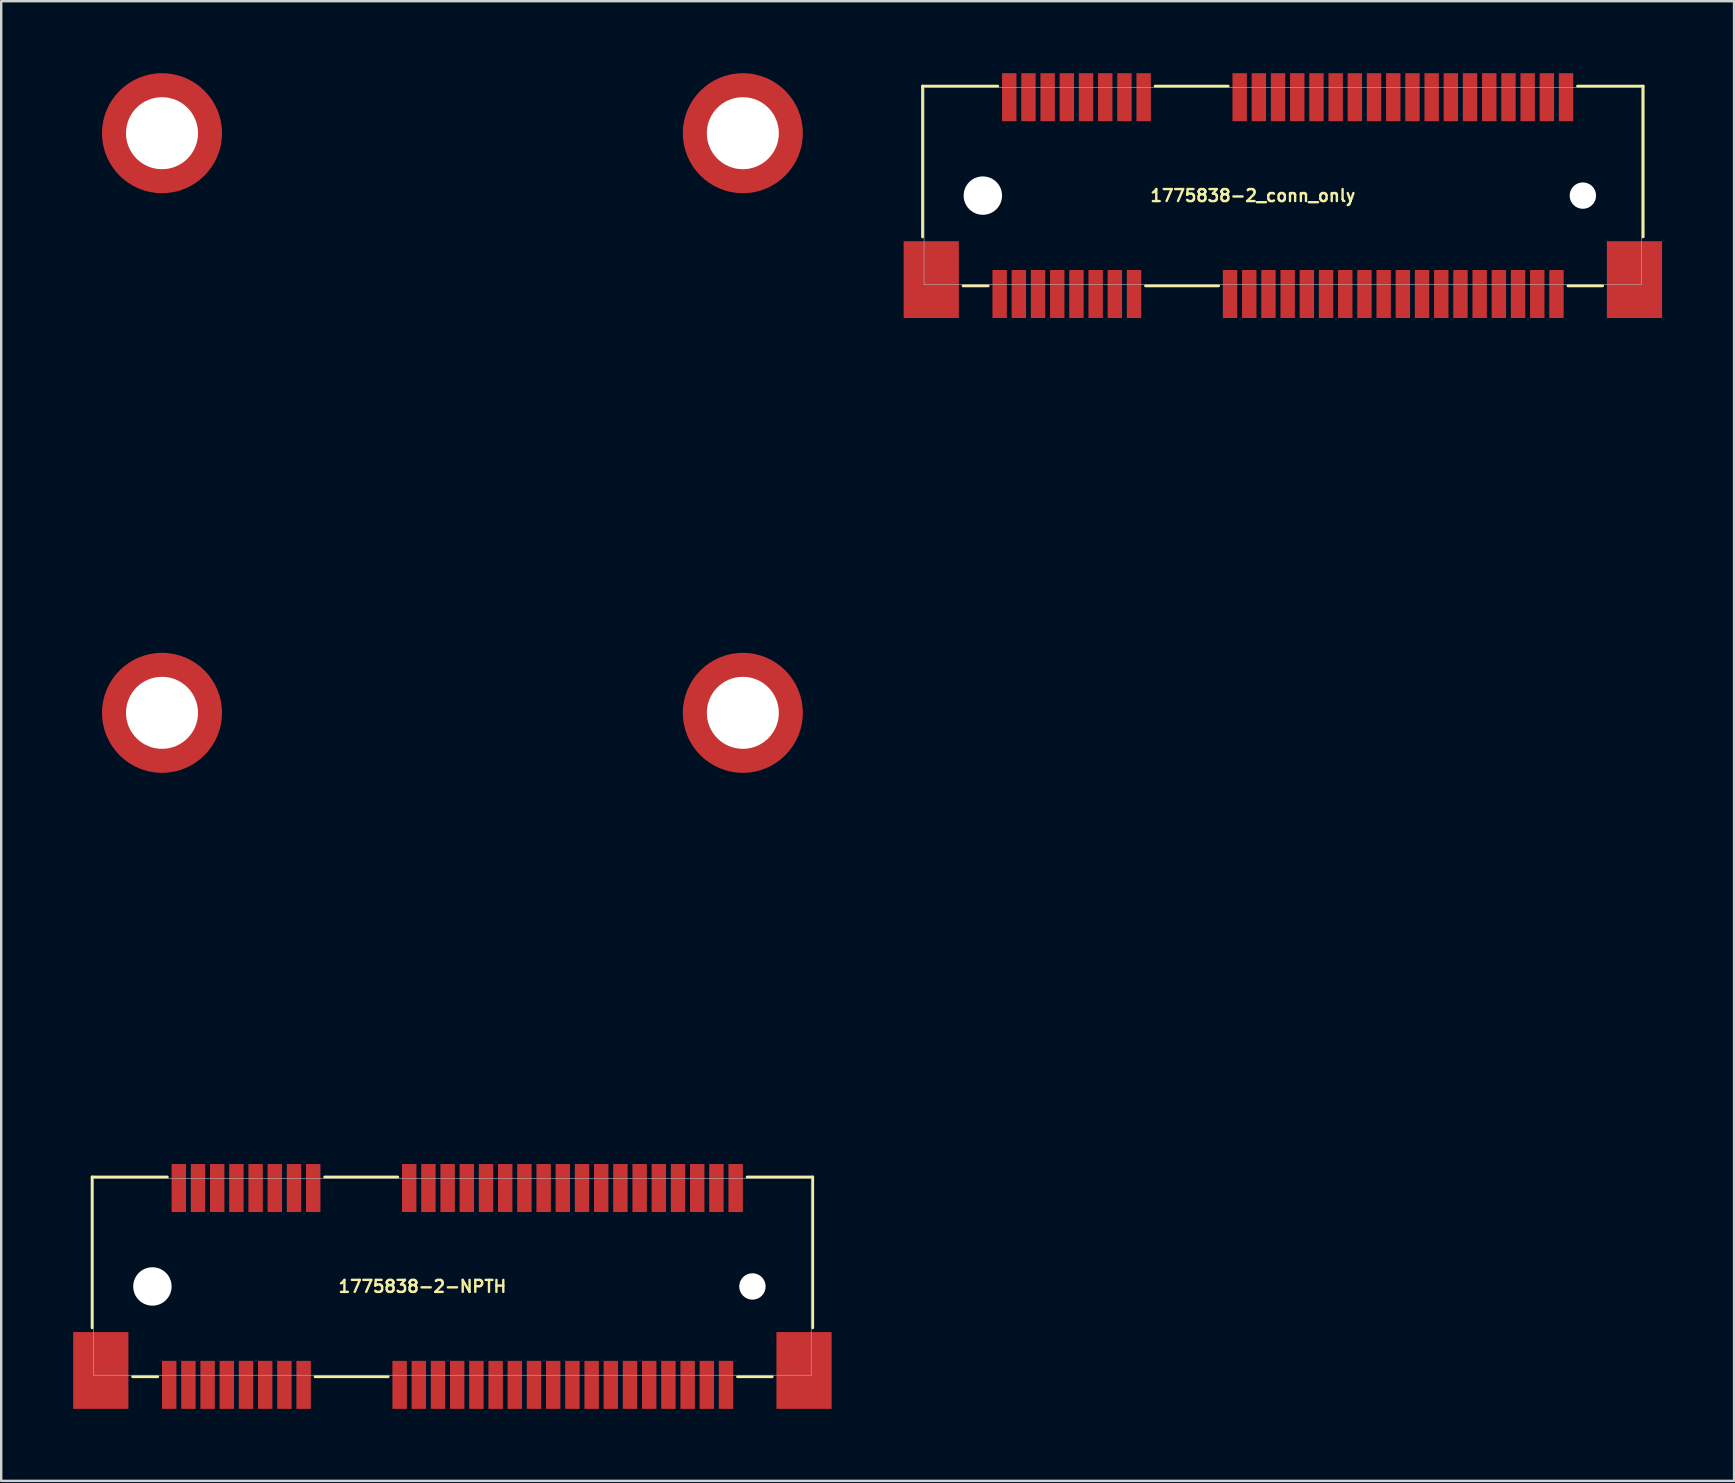
<source format=kicad_pcb>
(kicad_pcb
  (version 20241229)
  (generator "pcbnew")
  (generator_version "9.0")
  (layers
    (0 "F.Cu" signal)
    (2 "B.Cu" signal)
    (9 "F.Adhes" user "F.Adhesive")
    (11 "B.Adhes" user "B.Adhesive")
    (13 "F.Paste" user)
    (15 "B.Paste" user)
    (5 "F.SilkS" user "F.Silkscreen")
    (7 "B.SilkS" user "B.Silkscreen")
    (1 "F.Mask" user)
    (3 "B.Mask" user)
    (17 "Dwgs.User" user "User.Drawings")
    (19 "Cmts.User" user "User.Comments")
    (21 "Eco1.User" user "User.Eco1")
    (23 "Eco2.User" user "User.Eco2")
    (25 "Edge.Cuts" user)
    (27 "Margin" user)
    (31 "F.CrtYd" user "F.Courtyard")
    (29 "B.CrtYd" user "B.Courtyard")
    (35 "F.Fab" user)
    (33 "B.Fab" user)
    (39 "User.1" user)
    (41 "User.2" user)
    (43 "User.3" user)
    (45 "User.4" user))
  (footprint "1775838-2_conn_only"
    (layer "F.Cu")
    (at 50.4 5.1)
    (property "Reference" "1775838-2_conn_only" (at -1.25 0 180) (layer "F.SilkS") (effects (font (size 0.5 0.5) (thickness 0.1))))
    (attr through_hole)
    (fp_line (start -15.01 -4.56) (end -15.01 1.72) (stroke (width 0.12) (type solid)) (layer "F.SilkS"))
    (fp_line (start -13.32 3.76) (end -12.28 3.76) (stroke (width 0.12) (type solid)) (layer "F.SilkS"))
    (fp_line (start -11.88 -4.56) (end -15.01 -4.56) (stroke (width 0.12) (type solid)) (layer "F.SilkS"))
    (fp_line (start -5.32 -4.56) (end -2.28 -4.56) (stroke (width 0.12) (type solid)) (layer "F.SilkS"))
    (fp_line (start -2.68 3.76) (end -5.72 3.76) (stroke (width 0.12) (type solid)) (layer "F.SilkS"))
    (fp_line (start 12.28 -4.56) (end 15.01 -4.56) (stroke (width 0.12) (type solid)) (layer "F.SilkS"))
    (fp_line (start 13.32 3.76) (end 11.88 3.76) (stroke (width 0.12) (type solid)) (layer "F.SilkS"))
    (fp_line (start 15.01 -4.56) (end 15.01 1.72) (stroke (width 0.12) (type solid)) (layer "F.SilkS"))
    (fp_line (start -14.95 -4.5) (end 14.95 -4.5) (stroke (width 0.025) (type solid)) (layer "F.Fab"))
    (fp_line (start -14.95 3.7) (end -14.95 -4.5) (stroke (width 0.025) (type solid)) (layer "F.Fab"))
    (fp_line (start -14.95 3.7) (end 14.95 3.7) (stroke (width 0.025) (type solid)) (layer "F.Fab"))
    (fp_line (start 14.95 3.7) (end 14.95 -4.5) (stroke (width 0.025) (type solid)) (layer "F.Fab"))
    (pad "" np_thru_hole circle (at -12.5 0) (size 1.6 1.6) (drill 1.6) (layers "*.Cu" "*.Mask"))
    (pad "" np_thru_hole circle (at 12.5 0) (size 1.1 1.1) (drill 1.1) (layers "*.Cu" "*.Mask"))
    (pad "1" smd rect (at -11.8 4.1) (size 0.6 2) (layers "F.Cu" "F.Mask" "F.Paste"))
    (pad "2" smd rect (at -11.4 -4.1) (size 0.6 2) (layers "F.Cu" "F.Mask" "F.Paste"))
    (pad "3" smd rect (at -11 4.1) (size 0.6 2) (layers "F.Cu" "F.Mask" "F.Paste"))
    (pad "4" smd rect (at -10.6 -4.1) (size 0.6 2) (layers "F.Cu" "F.Mask" "F.Paste"))
    (pad "5" smd rect (at -10.2 4.1) (size 0.6 2) (layers "F.Cu" "F.Mask" "F.Paste"))
    (pad "6" smd rect (at -9.8 -4.1) (size 0.6 2) (layers "F.Cu" "F.Mask" "F.Paste"))
    (pad "7" smd rect (at -9.4 4.1) (size 0.6 2) (layers "F.Cu" "F.Mask" "F.Paste"))
    (pad "8" smd rect (at -9 -4.1) (size 0.6 2) (layers "F.Cu" "F.Mask" "F.Paste"))
    (pad "9" smd rect (at -8.6 4.1) (size 0.6 2) (layers "F.Cu" "F.Mask" "F.Paste"))
    (pad "10" smd rect (at -8.2 -4.1) (size 0.6 2) (layers "F.Cu" "F.Mask" "F.Paste"))
    (pad "11" smd rect (at -7.8 4.1) (size 0.6 2) (layers "F.Cu" "F.Mask" "F.Paste"))
    (pad "12" smd rect (at -7.4 -4.1) (size 0.6 2) (layers "F.Cu" "F.Mask" "F.Paste"))
    (pad "13" smd rect (at -7 4.1) (size 0.6 2) (layers "F.Cu" "F.Mask" "F.Paste"))
    (pad "14" smd rect (at -6.6 -4.1) (size 0.6 2) (layers "F.Cu" "F.Mask" "F.Paste"))
    (pad "15" smd rect (at -6.2 4.1) (size 0.6 2) (layers "F.Cu" "F.Mask" "F.Paste"))
    (pad "16" smd rect (at -5.8 -4.1) (size 0.6 2) (layers "F.Cu" "F.Mask" "F.Paste"))
    (pad "17" smd rect (at -2.2 4.1) (size 0.6 2) (layers "F.Cu" "F.Mask" "F.Paste"))
    (pad "18" smd rect (at -1.8 -4.1) (size 0.6 2) (layers "F.Cu" "F.Mask" "F.Paste"))
    (pad "19" smd rect (at -1.4 4.1) (size 0.6 2) (layers "F.Cu" "F.Mask" "F.Paste"))
    (pad "20" smd rect (at -1 -4.1) (size 0.6 2) (layers "F.Cu" "F.Mask" "F.Paste"))
    (pad "21" smd rect (at -0.6 4.1) (size 0.6 2) (layers "F.Cu" "F.Mask" "F.Paste"))
    (pad "22" smd rect (at -0.2 -4.1) (size 0.6 2) (layers "F.Cu" "F.Mask" "F.Paste"))
    (pad "23" smd rect (at 0.2 4.1) (size 0.6 2) (layers "F.Cu" "F.Mask" "F.Paste"))
    (pad "24" smd rect (at 0.6 -4.1) (size 0.6 2) (layers "F.Cu" "F.Mask" "F.Paste"))
    (pad "25" smd rect (at 1 4.1) (size 0.6 2) (layers "F.Cu" "F.Mask" "F.Paste"))
    (pad "26" smd rect (at 1.4 -4.1) (size 0.6 2) (layers "F.Cu" "F.Mask" "F.Paste"))
    (pad "27" smd rect (at 1.8 4.1) (size 0.6 2) (layers "F.Cu" "F.Mask" "F.Paste"))
    (pad "28" smd rect (at 2.2 -4.1) (size 0.6 2) (layers "F.Cu" "F.Mask" "F.Paste"))
    (pad "29" smd rect (at 2.6 4.1) (size 0.6 2) (layers "F.Cu" "F.Mask" "F.Paste"))
    (pad "30" smd rect (at 3 -4.1) (size 0.6 2) (layers "F.Cu" "F.Mask" "F.Paste"))
    (pad "31" smd rect (at 3.4 4.1) (size 0.6 2) (layers "F.Cu" "F.Mask" "F.Paste"))
    (pad "32" smd rect (at 3.8 -4.1) (size 0.6 2) (layers "F.Cu" "F.Mask" "F.Paste"))
    (pad "33" smd rect (at 4.2 4.1) (size 0.6 2) (layers "F.Cu" "F.Mask" "F.Paste"))
    (pad "34" smd rect (at 4.6 -4.1) (size 0.6 2) (layers "F.Cu" "F.Mask" "F.Paste"))
    (pad "35" smd rect (at 5 4.1) (size 0.6 2) (layers "F.Cu" "F.Mask" "F.Paste"))
    (pad "36" smd rect (at 5.4 -4.1) (size 0.6 2) (layers "F.Cu" "F.Mask" "F.Paste"))
    (pad "37" smd rect (at 5.8 4.1) (size 0.6 2) (layers "F.Cu" "F.Mask" "F.Paste"))
    (pad "38" smd rect (at 6.2 -4.1) (size 0.6 2) (layers "F.Cu" "F.Mask" "F.Paste"))
    (pad "39" smd rect (at 6.6 4.1) (size 0.6 2) (layers "F.Cu" "F.Mask" "F.Paste"))
    (pad "40" smd rect (at 7 -4.1) (size 0.6 2) (layers "F.Cu" "F.Mask" "F.Paste"))
    (pad "41" smd rect (at 7.4 4.1) (size 0.6 2) (layers "F.Cu" "F.Mask" "F.Paste"))
    (pad "42" smd rect (at 7.8 -4.1) (size 0.6 2) (layers "F.Cu" "F.Mask" "F.Paste"))
    (pad "43" smd rect (at 8.2 4.1) (size 0.6 2) (layers "F.Cu" "F.Mask" "F.Paste"))
    (pad "44" smd rect (at 8.6 -4.1) (size 0.6 2) (layers "F.Cu" "F.Mask" "F.Paste"))
    (pad "45" smd rect (at 9 4.1) (size 0.6 2) (layers "F.Cu" "F.Mask" "F.Paste"))
    (pad "46" smd rect (at 9.4 -4.1) (size 0.6 2) (layers "F.Cu" "F.Mask" "F.Paste"))
    (pad "47" smd rect (at 9.8 4.1) (size 0.6 2) (layers "F.Cu" "F.Mask" "F.Paste"))
    (pad "48" smd rect (at 10.2 -4.1) (size 0.6 2) (layers "F.Cu" "F.Mask" "F.Paste"))
    (pad "49" smd rect (at 10.6 4.1) (size 0.6 2) (layers "F.Cu" "F.Mask" "F.Paste"))
    (pad "50" smd rect (at 11 -4.1) (size 0.6 2) (layers "F.Cu" "F.Mask" "F.Paste"))
    (pad "51" smd rect (at 11.4 4.1) (size 0.6 2) (layers "F.Cu" "F.Mask" "F.Paste"))
    (pad "52" smd rect (at 11.8 -4.1) (size 0.6 2) (layers "F.Cu" "F.Mask" "F.Paste"))
    (pad "FR" smd rect (at -14.65 3.5) (size 2.3 3.2) (layers "F.Cu" "F.Mask" "F.Paste"))
    (pad "FR" smd rect (at 14.65 3.5) (size 2.3 3.2) (layers "F.Cu" "F.Mask" "F.Paste")))
  (footprint "1775838-2-NPTH"
    (layer "F.Cu")
    (at 15.8 50.55)
    (property "Reference" "1775838-2-NPTH" (at -1.25 0 180) (layer "F.SilkS") (effects (font (size 0.5 0.5) (thickness 0.1))))
    (attr through_hole)
    (fp_line (start -15.01 -4.56) (end -15.01 1.72) (stroke (width 0.12) (type solid)) (layer "F.SilkS"))
    (fp_line (start -13.32 3.76) (end -12.28 3.76) (stroke (width 0.12) (type solid)) (layer "F.SilkS"))
    (fp_line (start -11.88 -4.56) (end -15.01 -4.56) (stroke (width 0.12) (type solid)) (layer "F.SilkS"))
    (fp_line (start -5.32 -4.56) (end -2.28 -4.56) (stroke (width 0.12) (type solid)) (layer "F.SilkS"))
    (fp_line (start -2.68 3.76) (end -5.72 3.76) (stroke (width 0.12) (type solid)) (layer "F.SilkS"))
    (fp_line (start 12.28 -4.56) (end 15.01 -4.56) (stroke (width 0.12) (type solid)) (layer "F.SilkS"))
    (fp_line (start 13.32 3.76) (end 11.88 3.76) (stroke (width 0.12) (type solid)) (layer "F.SilkS"))
    (fp_line (start 15.01 -4.56) (end 15.01 1.72) (stroke (width 0.12) (type solid)) (layer "F.SilkS"))
    (fp_arc (start -14.1 -23.9) (mid -13.947759 -24.665367) (end -13.514214 -25.314214) (stroke (width 1) (type solid)) (layer "F.Paste"))
    (fp_arc (start -14.099014 -48.044712) (mid -13.946773 -48.810079) (end -13.513228 -49.458926) (stroke (width 1) (type solid)) (layer "F.Paste"))
    (fp_arc (start -12.1 -25.9) (mid -11.334633 -25.747759) (end -10.685786 -25.314214) (stroke (width 1) (type solid)) (layer "F.Paste"))
    (fp_arc (start -12.1 -21.9) (mid -12.865367 -22.052241) (end -13.514214 -22.485786) (stroke (width 1) (type solid)) (layer "F.Paste"))
    (fp_arc (start -12.099014 -50.044712) (mid -11.333647 -49.892471) (end -10.6848 -49.458926) (stroke (width 1) (type solid)) (layer "F.Paste"))
    (fp_arc (start -12.099014 -46.044712) (mid -12.864381 -46.196953) (end -13.513228 -46.630498) (stroke (width 1) (type solid)) (layer "F.Paste"))
    (fp_arc (start -10.1 -23.9) (mid -10.252241 -23.134633) (end -10.685786 -22.485786) (stroke (width 1) (type solid)) (layer "F.Paste"))
    (fp_arc (start -10.099014 -48.044712) (mid -10.251255 -47.279345) (end -10.6848 -46.630498) (stroke (width 1) (type solid)) (layer "F.Paste"))
    (fp_arc (start 10.1 -23.9) (mid 10.252241 -24.665367) (end 10.685786 -25.314214) (stroke (width 1) (type solid)) (layer "F.Paste"))
    (fp_arc (start 10.1018 -48.045302) (mid 10.254041 -48.810669) (end 10.687586 -49.459516) (stroke (width 1) (type solid)) (layer "F.Paste"))
    (fp_arc (start 12.1 -25.9) (mid 12.865367 -25.747759) (end 13.514214 -25.314214) (stroke (width 1) (type solid)) (layer "F.Paste"))
    (fp_arc (start 12.1 -21.9) (mid 11.334633 -22.052241) (end 10.685786 -22.485786) (stroke (width 1) (type solid)) (layer "F.Paste"))
    (fp_arc (start 12.1018 -50.045302) (mid 12.867167 -49.893061) (end 13.516014 -49.459516) (stroke (width 1) (type solid)) (layer "F.Paste"))
    (fp_arc (start 12.1018 -46.045302) (mid 11.336433 -46.197543) (end 10.687586 -46.631088) (stroke (width 1) (type solid)) (layer "F.Paste"))
    (fp_arc (start 14.1 -23.9) (mid 13.947759 -23.134633) (end 13.514214 -22.485786) (stroke (width 1) (type solid)) (layer "F.Paste"))
    (fp_arc (start 14.1018 -48.045302) (mid 13.949559 -47.279935) (end 13.516014 -46.631088) (stroke (width 1) (type solid)) (layer "F.Paste"))
    (fp_line (start -14.95 -4.5) (end 14.95 -4.5) (stroke (width 0.025) (type solid)) (layer "F.Fab"))
    (fp_line (start -14.95 3.7) (end -14.95 -4.5) (stroke (width 0.025) (type solid)) (layer "F.Fab"))
    (fp_line (start -14.95 3.7) (end 14.95 3.7) (stroke (width 0.025) (type solid)) (layer "F.Fab"))
    (fp_line (start 14.95 3.7) (end 14.95 -4.5) (stroke (width 0.025) (type solid)) (layer "F.Fab"))
    (pad "" np_thru_hole circle (at -12.5 0) (size 1.6 1.6) (drill 1.6) (layers "*.Cu" "*.Mask"))
    (pad "" np_thru_hole circle (at -12.1 -48.05) (size 5 5) (drill 3) (layers "F.Cu" "F.Mask"))
    (pad "" np_thru_hole circle (at -12.1 -23.9) (size 5 5) (drill 3) (layers "F.Cu" "F.Mask"))
    (pad "" np_thru_hole circle (at 12.1 -48.05) (size 5 5) (drill 3) (layers "F.Cu" "F.Mask"))
    (pad "" np_thru_hole circle (at 12.1 -23.9) (size 5 5) (drill 3) (layers "F.Cu" "F.Mask"))
    (pad "" np_thru_hole circle (at 12.5 0) (size 1.1 1.1) (drill 1.1) (layers "*.Cu" "*.Mask"))
    (pad "1" smd rect (at -11.8 4.1) (size 0.6 2) (layers "F.Cu" "F.Mask" "F.Paste"))
    (pad "2" smd rect (at -11.4 -4.1) (size 0.6 2) (layers "F.Cu" "F.Mask" "F.Paste"))
    (pad "3" smd rect (at -11 4.1) (size 0.6 2) (layers "F.Cu" "F.Mask" "F.Paste"))
    (pad "4" smd rect (at -10.6 -4.1) (size 0.6 2) (layers "F.Cu" "F.Mask" "F.Paste"))
    (pad "5" smd rect (at -10.2 4.1) (size 0.6 2) (layers "F.Cu" "F.Mask" "F.Paste"))
    (pad "6" smd rect (at -9.8 -4.1) (size 0.6 2) (layers "F.Cu" "F.Mask" "F.Paste"))
    (pad "7" smd rect (at -9.4 4.1) (size 0.6 2) (layers "F.Cu" "F.Mask" "F.Paste"))
    (pad "8" smd rect (at -9 -4.1) (size 0.6 2) (layers "F.Cu" "F.Mask" "F.Paste"))
    (pad "9" smd rect (at -8.6 4.1) (size 0.6 2) (layers "F.Cu" "F.Mask" "F.Paste"))
    (pad "10" smd rect (at -8.2 -4.1) (size 0.6 2) (layers "F.Cu" "F.Mask" "F.Paste"))
    (pad "11" smd rect (at -7.8 4.1) (size 0.6 2) (layers "F.Cu" "F.Mask" "F.Paste"))
    (pad "12" smd rect (at -7.4 -4.1) (size 0.6 2) (layers "F.Cu" "F.Mask" "F.Paste"))
    (pad "13" smd rect (at -7 4.1) (size 0.6 2) (layers "F.Cu" "F.Mask" "F.Paste"))
    (pad "14" smd rect (at -6.6 -4.1) (size 0.6 2) (layers "F.Cu" "F.Mask" "F.Paste"))
    (pad "15" smd rect (at -6.2 4.1) (size 0.6 2) (layers "F.Cu" "F.Mask" "F.Paste"))
    (pad "16" smd rect (at -5.8 -4.1) (size 0.6 2) (layers "F.Cu" "F.Mask" "F.Paste"))
    (pad "17" smd rect (at -2.2 4.1) (size 0.6 2) (layers "F.Cu" "F.Mask" "F.Paste"))
    (pad "18" smd rect (at -1.8 -4.1) (size 0.6 2) (layers "F.Cu" "F.Mask" "F.Paste"))
    (pad "19" smd rect (at -1.4 4.1) (size 0.6 2) (layers "F.Cu" "F.Mask" "F.Paste"))
    (pad "20" smd rect (at -1 -4.1) (size 0.6 2) (layers "F.Cu" "F.Mask" "F.Paste"))
    (pad "21" smd rect (at -0.6 4.1) (size 0.6 2) (layers "F.Cu" "F.Mask" "F.Paste"))
    (pad "22" smd rect (at -0.2 -4.1) (size 0.6 2) (layers "F.Cu" "F.Mask" "F.Paste"))
    (pad "23" smd rect (at 0.2 4.1) (size 0.6 2) (layers "F.Cu" "F.Mask" "F.Paste"))
    (pad "24" smd rect (at 0.6 -4.1) (size 0.6 2) (layers "F.Cu" "F.Mask" "F.Paste"))
    (pad "25" smd rect (at 1 4.1) (size 0.6 2) (layers "F.Cu" "F.Mask" "F.Paste"))
    (pad "26" smd rect (at 1.4 -4.1) (size 0.6 2) (layers "F.Cu" "F.Mask" "F.Paste"))
    (pad "27" smd rect (at 1.8 4.1) (size 0.6 2) (layers "F.Cu" "F.Mask" "F.Paste"))
    (pad "28" smd rect (at 2.2 -4.1) (size 0.6 2) (layers "F.Cu" "F.Mask" "F.Paste"))
    (pad "29" smd rect (at 2.6 4.1) (size 0.6 2) (layers "F.Cu" "F.Mask" "F.Paste"))
    (pad "30" smd rect (at 3 -4.1) (size 0.6 2) (layers "F.Cu" "F.Mask" "F.Paste"))
    (pad "31" smd rect (at 3.4 4.1) (size 0.6 2) (layers "F.Cu" "F.Mask" "F.Paste"))
    (pad "32" smd rect (at 3.8 -4.1) (size 0.6 2) (layers "F.Cu" "F.Mask" "F.Paste"))
    (pad "33" smd rect (at 4.2 4.1) (size 0.6 2) (layers "F.Cu" "F.Mask" "F.Paste"))
    (pad "34" smd rect (at 4.6 -4.1) (size 0.6 2) (layers "F.Cu" "F.Mask" "F.Paste"))
    (pad "35" smd rect (at 5 4.1) (size 0.6 2) (layers "F.Cu" "F.Mask" "F.Paste"))
    (pad "36" smd rect (at 5.4 -4.1) (size 0.6 2) (layers "F.Cu" "F.Mask" "F.Paste"))
    (pad "37" smd rect (at 5.8 4.1) (size 0.6 2) (layers "F.Cu" "F.Mask" "F.Paste"))
    (pad "38" smd rect (at 6.2 -4.1) (size 0.6 2) (layers "F.Cu" "F.Mask" "F.Paste"))
    (pad "39" smd rect (at 6.6 4.1) (size 0.6 2) (layers "F.Cu" "F.Mask" "F.Paste"))
    (pad "40" smd rect (at 7 -4.1) (size 0.6 2) (layers "F.Cu" "F.Mask" "F.Paste"))
    (pad "41" smd rect (at 7.4 4.1) (size 0.6 2) (layers "F.Cu" "F.Mask" "F.Paste"))
    (pad "42" smd rect (at 7.8 -4.1) (size 0.6 2) (layers "F.Cu" "F.Mask" "F.Paste"))
    (pad "43" smd rect (at 8.2 4.1) (size 0.6 2) (layers "F.Cu" "F.Mask" "F.Paste"))
    (pad "44" smd rect (at 8.6 -4.1) (size 0.6 2) (layers "F.Cu" "F.Mask" "F.Paste"))
    (pad "45" smd rect (at 9 4.1) (size 0.6 2) (layers "F.Cu" "F.Mask" "F.Paste"))
    (pad "46" smd rect (at 9.4 -4.1) (size 0.6 2) (layers "F.Cu" "F.Mask" "F.Paste"))
    (pad "47" smd rect (at 9.8 4.1) (size 0.6 2) (layers "F.Cu" "F.Mask" "F.Paste"))
    (pad "48" smd rect (at 10.2 -4.1) (size 0.6 2) (layers "F.Cu" "F.Mask" "F.Paste"))
    (pad "49" smd rect (at 10.6 4.1) (size 0.6 2) (layers "F.Cu" "F.Mask" "F.Paste"))
    (pad "50" smd rect (at 11 -4.1) (size 0.6 2) (layers "F.Cu" "F.Mask" "F.Paste"))
    (pad "51" smd rect (at 11.4 4.1) (size 0.6 2) (layers "F.Cu" "F.Mask" "F.Paste"))
    (pad "52" smd rect (at 11.8 -4.1) (size 0.6 2) (layers "F.Cu" "F.Mask" "F.Paste"))
    (pad "FR" smd rect (at -14.65 3.5) (size 2.3 3.2) (layers "F.Cu" "F.Mask" "F.Paste"))
    (pad "FR" smd rect (at 14.65 3.5) (size 2.3 3.2) (layers "F.Cu" "F.Mask" "F.Paste")))
  (gr_rect
    (start -3 -3)
    (end 69.2 58.65)
    (stroke (width 0.1) (type default))
    (fill no)
    (layer "Edge.Cuts")))
</source>
